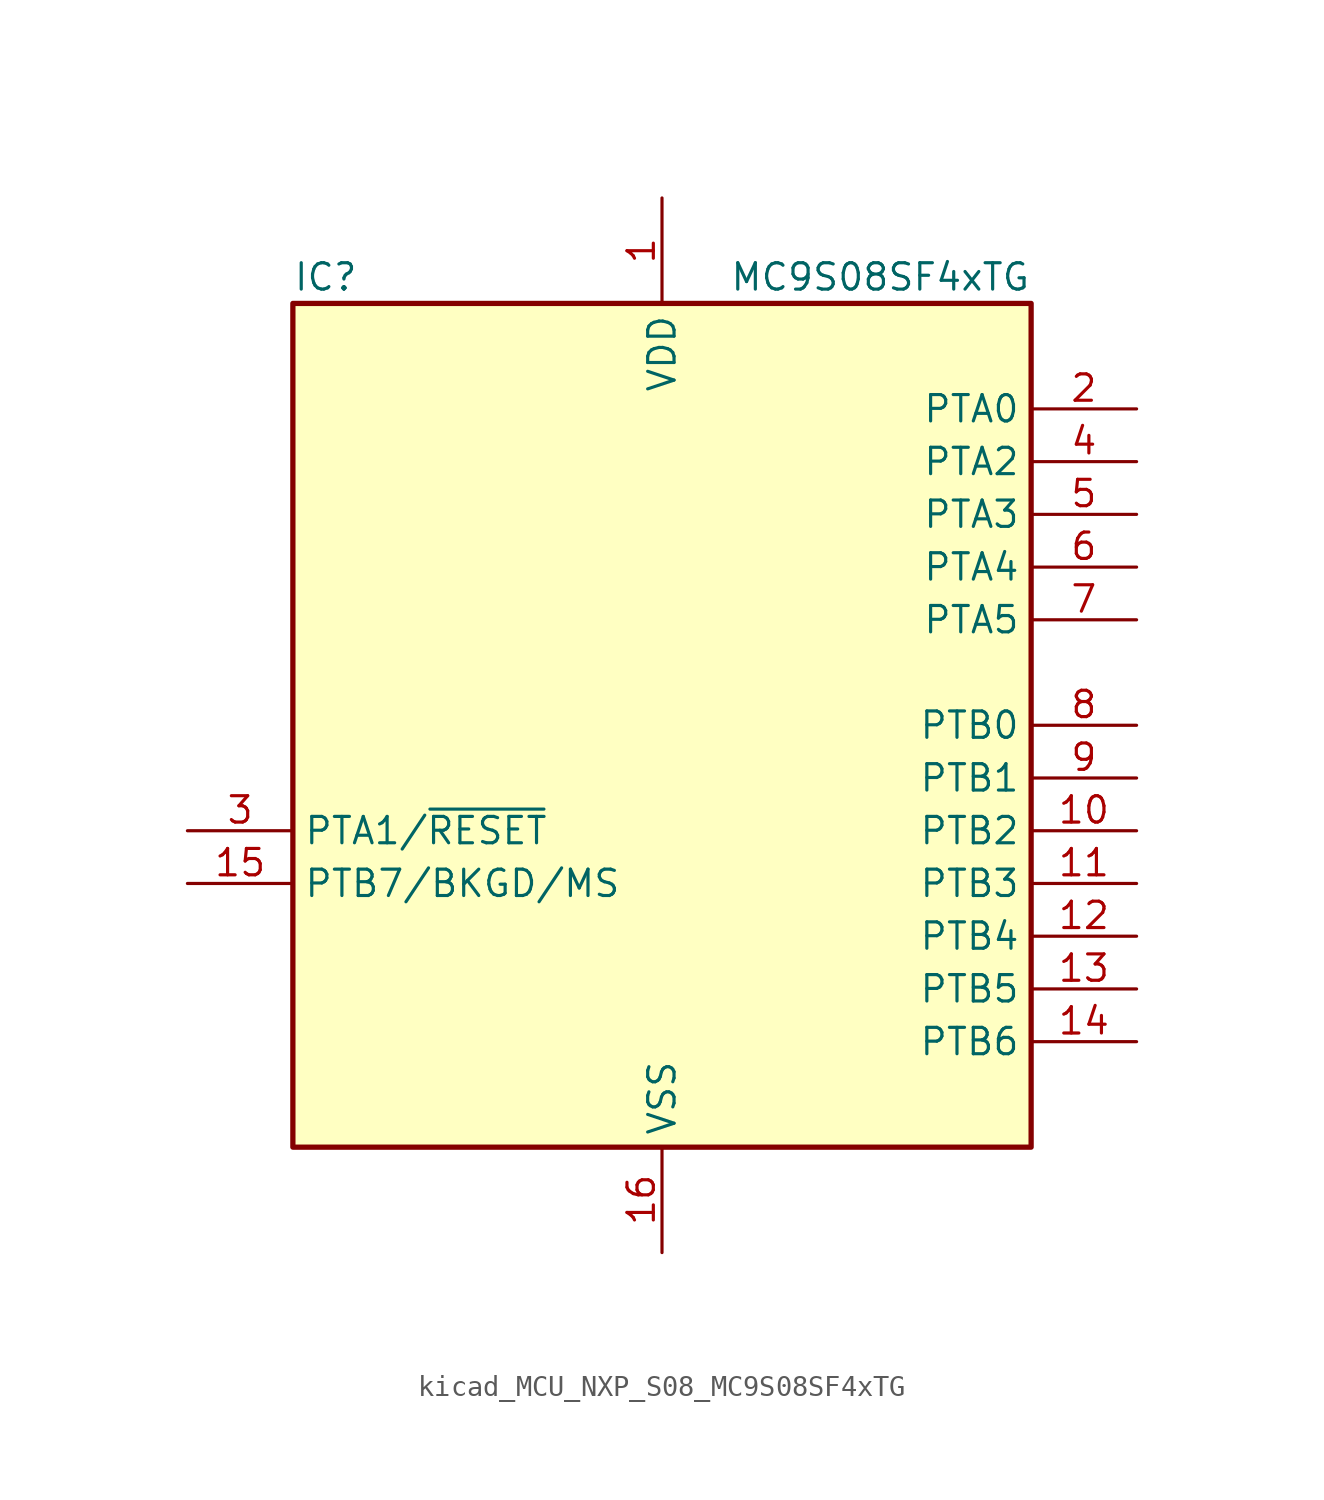
<source format=kicad_sym>
(kicad_symbol_lib
  (version 20220914)
  (generator kicad_symbol_editor)
  (symbol "kicad_MCU_NXP_S08_MC9S08SF4xTG"
    (property "Reference" "IC"
      (at -17.78 21.59 0)
      (effects (font (size 1.27 1.27)) (justify left)))
    (property "Value" "MC9S08SF4xTG"
      (at 17.78 21.59 0)
      (effects (font (size 1.27 1.27)) (justify right)))
    (symbol "kicad_MCU_NXP_S08_MC9S08SF4xTG_0_1"
      (rectangle (start -17.78 20.32) (end 17.78 -20.32) (stroke (width 0.254) (type default)) (fill (type background))))
    (symbol "kicad_MCU_NXP_S08_MC9S08SF4xTG_1_1"
      (pin power_in line (at 0 25.4 270) (length 5.08) (name "VDD" (effects (font (size 1.27 1.27)))) (number "1" (effects (font (size 1.27 1.27)))))
      (pin bidirectional line (at 22.86 -5.08 180) (length 5.08) (name "PTB2" (effects (font (size 1.27 1.27)))) (number "10" (effects (font (size 1.27 1.27)))))
      (pin bidirectional line (at 22.86 -7.62 180) (length 5.08) (name "PTB3" (effects (font (size 1.27 1.27)))) (number "11" (effects (font (size 1.27 1.27)))))
      (pin bidirectional line (at 22.86 -10.16 180) (length 5.08) (name "PTB4" (effects (font (size 1.27 1.27)))) (number "12" (effects (font (size 1.27 1.27)))))
      (pin bidirectional line (at 22.86 -12.7 180) (length 5.08) (name "PTB5" (effects (font (size 1.27 1.27)))) (number "13" (effects (font (size 1.27 1.27)))))
      (pin bidirectional line (at 22.86 -15.24 180) (length 5.08) (name "PTB6" (effects (font (size 1.27 1.27)))) (number "14" (effects (font (size 1.27 1.27)))))
      (pin bidirectional line (at -22.86 -7.62 0) (length 5.08) (name "PTB7/BKGD/MS" (effects (font (size 1.27 1.27)))) (number "15" (effects (font (size 1.27 1.27)))))
      (pin power_in line (at 0 -25.4 90) (length 5.08) (name "VSS" (effects (font (size 1.27 1.27)))) (number "16" (effects (font (size 1.27 1.27)))))
      (pin bidirectional line (at 22.86 15.24 180) (length 5.08) (name "PTA0" (effects (font (size 1.27 1.27)))) (number "2" (effects (font (size 1.27 1.27)))))
      (pin bidirectional line (at -22.86 -5.08 0) (length 5.08) (name "PTA1/~{RESET}" (effects (font (size 1.27 1.27)))) (number "3" (effects (font (size 1.27 1.27)))))
      (pin bidirectional line (at 22.86 12.7 180) (length 5.08) (name "PTA2" (effects (font (size 1.27 1.27)))) (number "4" (effects (font (size 1.27 1.27)))))
      (pin bidirectional line (at 22.86 10.16 180) (length 5.08) (name "PTA3" (effects (font (size 1.27 1.27)))) (number "5" (effects (font (size 1.27 1.27)))))
      (pin bidirectional line (at 22.86 7.62 180) (length 5.08) (name "PTA4" (effects (font (size 1.27 1.27)))) (number "6" (effects (font (size 1.27 1.27)))))
      (pin bidirectional line (at 22.86 5.08 180) (length 5.08) (name "PTA5" (effects (font (size 1.27 1.27)))) (number "7" (effects (font (size 1.27 1.27)))))
      (pin bidirectional line (at 22.86 0 180) (length 5.08) (name "PTB0" (effects (font (size 1.27 1.27)))) (number "8" (effects (font (size 1.27 1.27)))))
      (pin bidirectional line (at 22.86 -2.54 180) (length 5.08) (name "PTB1" (effects (font (size 1.27 1.27)))) (number "9" (effects (font (size 1.27 1.27))))))))
</source>
